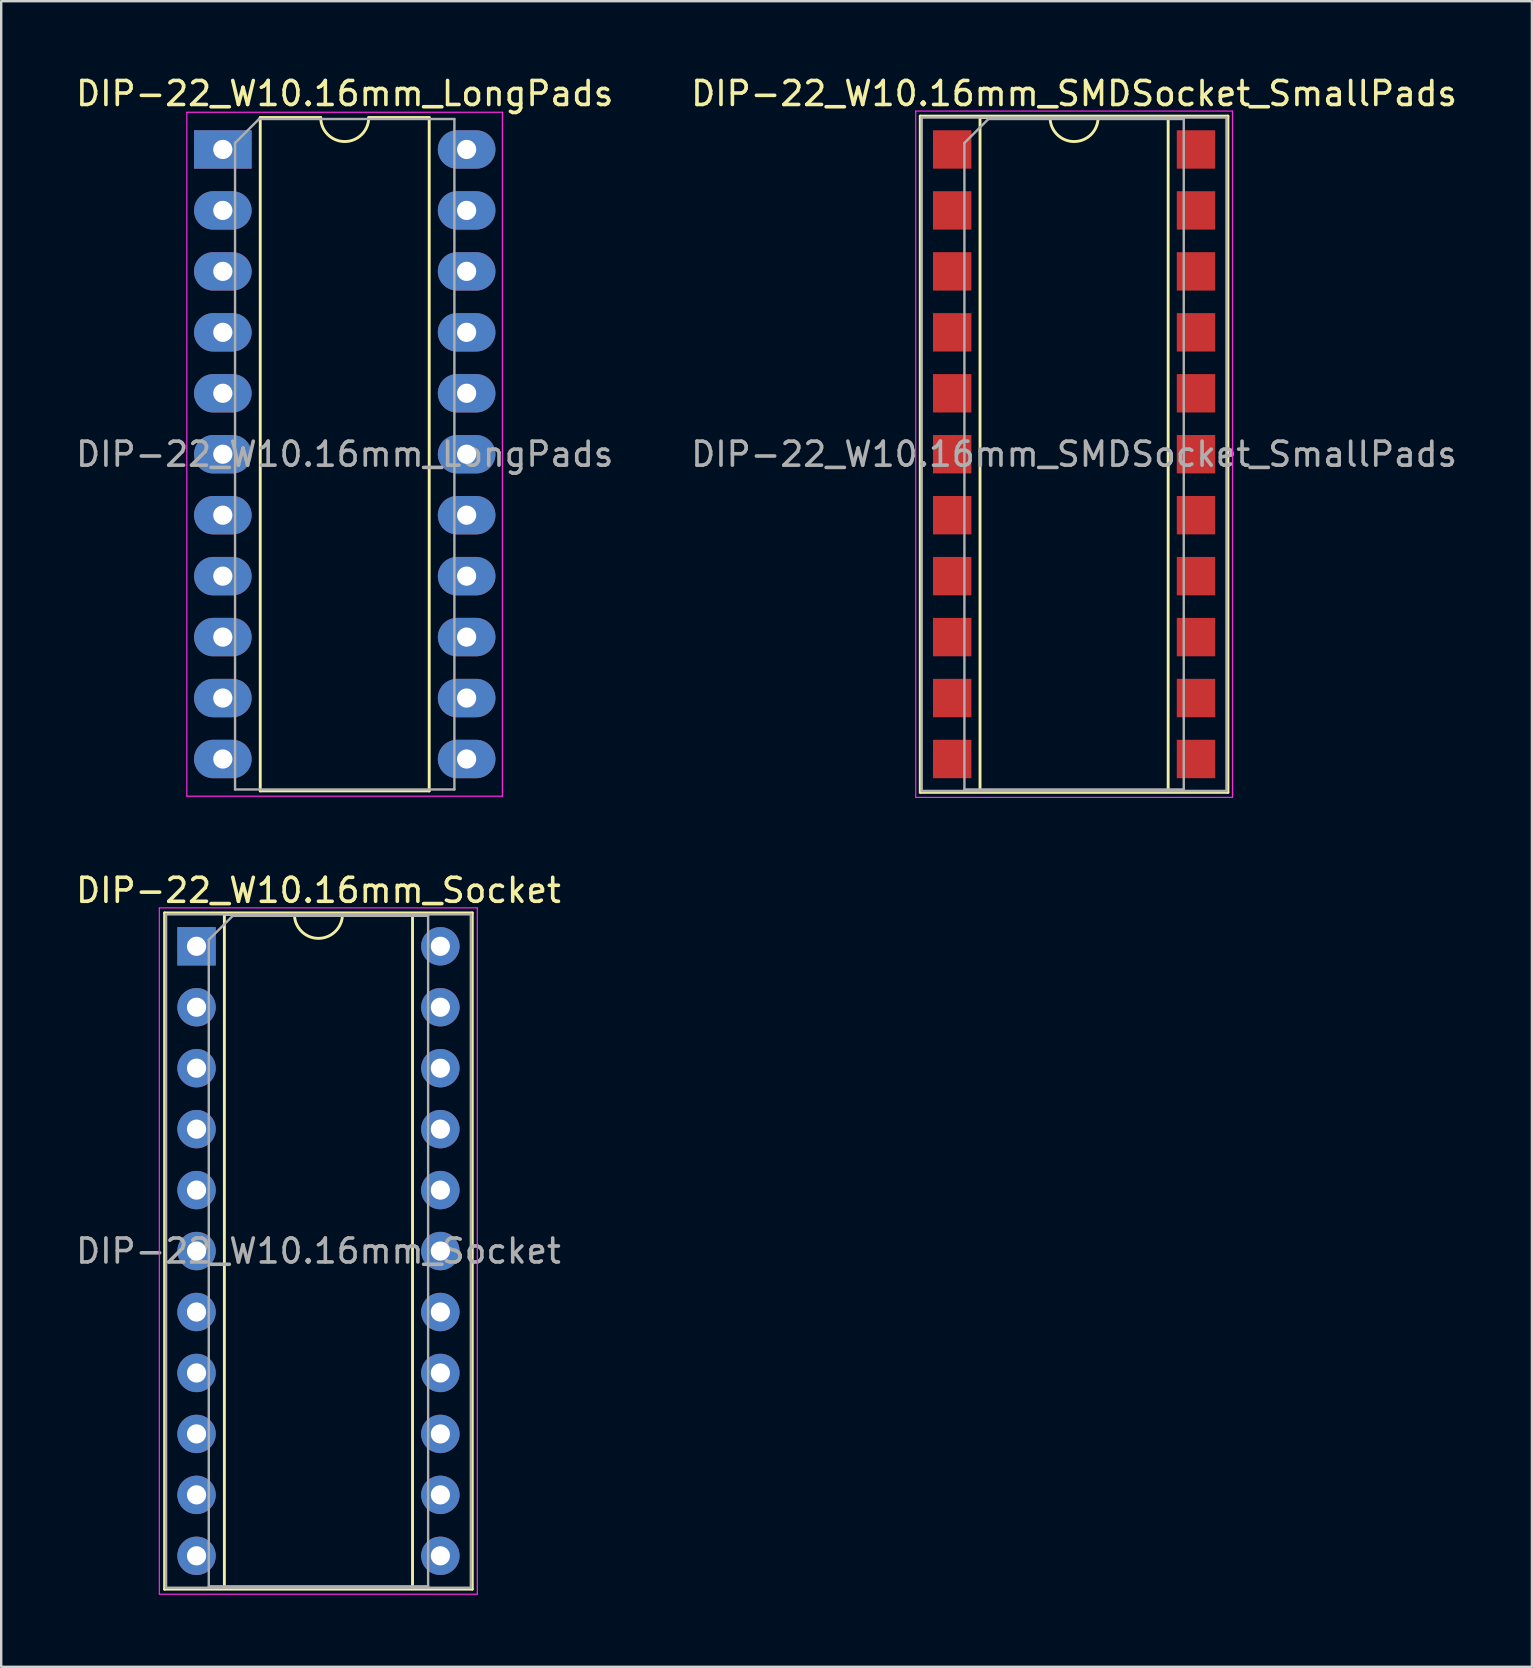
<source format=kicad_pcb>
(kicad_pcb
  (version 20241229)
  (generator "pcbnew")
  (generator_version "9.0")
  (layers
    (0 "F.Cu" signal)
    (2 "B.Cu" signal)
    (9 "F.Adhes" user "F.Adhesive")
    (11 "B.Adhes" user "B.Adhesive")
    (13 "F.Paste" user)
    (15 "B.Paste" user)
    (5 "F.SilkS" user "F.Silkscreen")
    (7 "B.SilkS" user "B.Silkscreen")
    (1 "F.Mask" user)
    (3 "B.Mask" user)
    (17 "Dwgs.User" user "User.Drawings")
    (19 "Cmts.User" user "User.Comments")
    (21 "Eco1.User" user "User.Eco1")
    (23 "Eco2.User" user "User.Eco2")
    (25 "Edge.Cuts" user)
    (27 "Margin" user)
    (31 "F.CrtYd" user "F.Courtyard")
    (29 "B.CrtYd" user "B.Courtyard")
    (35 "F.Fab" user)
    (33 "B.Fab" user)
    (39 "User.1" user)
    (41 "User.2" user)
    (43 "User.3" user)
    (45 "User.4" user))
  (footprint "DIP-22_W10.16mm_LongPads"
    (layer "F.Cu")
    (at 6.235 3.178)
    (property "Reference" "DIP-22_W10.16mm_LongPads" (at 5.08 -2.33 0) (layer "F.SilkS") (effects (font (size 1 1) (thickness 0.15))))
    (attr through_hole)
    (fp_line (start 1.56 -1.33) (end 1.56 26.73) (stroke (width 0.12) (type solid)) (layer "F.SilkS"))
    (fp_line (start 1.56 26.73) (end 8.6 26.73) (stroke (width 0.12) (type solid)) (layer "F.SilkS"))
    (fp_line (start 4.08 -1.33) (end 1.56 -1.33) (stroke (width 0.12) (type solid)) (layer "F.SilkS"))
    (fp_line (start 8.6 -1.33) (end 6.08 -1.33) (stroke (width 0.12) (type solid)) (layer "F.SilkS"))
    (fp_line (start 8.6 26.73) (end 8.6 -1.33) (stroke (width 0.12) (type solid)) (layer "F.SilkS"))
    (fp_arc (start 6.08 -1.33) (mid 5.08 -0.33) (end 4.08 -1.33) (stroke (width 0.12) (type solid)) (layer "F.SilkS"))
    (fp_line (start -1.5 -1.55) (end -1.5 26.95) (stroke (width 0.05) (type solid)) (layer "F.CrtYd"))
    (fp_line (start -1.5 26.95) (end 11.65 26.95) (stroke (width 0.05) (type solid)) (layer "F.CrtYd"))
    (fp_line (start 11.65 -1.55) (end -1.5 -1.55) (stroke (width 0.05) (type solid)) (layer "F.CrtYd"))
    (fp_line (start 11.65 26.95) (end 11.65 -1.55) (stroke (width 0.05) (type solid)) (layer "F.CrtYd"))
    (fp_line (start 0.51 -0.27) (end 1.51 -1.27) (stroke (width 0.1) (type solid)) (layer "F.Fab"))
    (fp_line (start 0.51 26.67) (end 0.51 -0.27) (stroke (width 0.1) (type solid)) (layer "F.Fab"))
    (fp_line (start 1.51 -1.27) (end 9.65 -1.27) (stroke (width 0.1) (type solid)) (layer "F.Fab"))
    (fp_line (start 9.65 -1.27) (end 9.65 26.67) (stroke (width 0.1) (type solid)) (layer "F.Fab"))
    (fp_line (start 9.65 26.67) (end 0.51 26.67) (stroke (width 0.1) (type solid)) (layer "F.Fab"))
    (fp_text user "${REFERENCE}" (at 5.08 12.7 0) (layer "F.Fab") (effects (font (size 1 1) (thickness 0.15))))
    (pad "1" thru_hole rect (at 0 0) (size 2.4 1.6) (drill 0.8) (layers "*.Cu" "*.Mask"))
    (pad "2" thru_hole oval (at 0 2.54) (size 2.4 1.6) (drill 0.8) (layers "*.Cu" "*.Mask"))
    (pad "3" thru_hole oval (at 0 5.08) (size 2.4 1.6) (drill 0.8) (layers "*.Cu" "*.Mask"))
    (pad "4" thru_hole oval (at 0 7.62) (size 2.4 1.6) (drill 0.8) (layers "*.Cu" "*.Mask"))
    (pad "5" thru_hole oval (at 0 10.16) (size 2.4 1.6) (drill 0.8) (layers "*.Cu" "*.Mask"))
    (pad "6" thru_hole oval (at 0 12.7) (size 2.4 1.6) (drill 0.8) (layers "*.Cu" "*.Mask"))
    (pad "7" thru_hole oval (at 0 15.24) (size 2.4 1.6) (drill 0.8) (layers "*.Cu" "*.Mask"))
    (pad "8" thru_hole oval (at 0 17.78) (size 2.4 1.6) (drill 0.8) (layers "*.Cu" "*.Mask"))
    (pad "9" thru_hole oval (at 0 20.32) (size 2.4 1.6) (drill 0.8) (layers "*.Cu" "*.Mask"))
    (pad "10" thru_hole oval (at 0 22.86) (size 2.4 1.6) (drill 0.8) (layers "*.Cu" "*.Mask"))
    (pad "11" thru_hole oval (at 0 25.4) (size 2.4 1.6) (drill 0.8) (layers "*.Cu" "*.Mask"))
    (pad "12" thru_hole oval (at 10.16 25.4) (size 2.4 1.6) (drill 0.8) (layers "*.Cu" "*.Mask"))
    (pad "13" thru_hole oval (at 10.16 22.86) (size 2.4 1.6) (drill 0.8) (layers "*.Cu" "*.Mask"))
    (pad "14" thru_hole oval (at 10.16 20.32) (size 2.4 1.6) (drill 0.8) (layers "*.Cu" "*.Mask"))
    (pad "15" thru_hole oval (at 10.16 17.78) (size 2.4 1.6) (drill 0.8) (layers "*.Cu" "*.Mask"))
    (pad "16" thru_hole oval (at 10.16 15.24) (size 2.4 1.6) (drill 0.8) (layers "*.Cu" "*.Mask"))
    (pad "17" thru_hole oval (at 10.16 12.7) (size 2.4 1.6) (drill 0.8) (layers "*.Cu" "*.Mask"))
    (pad "18" thru_hole oval (at 10.16 10.16) (size 2.4 1.6) (drill 0.8) (layers "*.Cu" "*.Mask"))
    (pad "19" thru_hole oval (at 10.16 7.62) (size 2.4 1.6) (drill 0.8) (layers "*.Cu" "*.Mask"))
    (pad "20" thru_hole oval (at 10.16 5.08) (size 2.4 1.6) (drill 0.8) (layers "*.Cu" "*.Mask"))
    (pad "21" thru_hole oval (at 10.16 2.54) (size 2.4 1.6) (drill 0.8) (layers "*.Cu" "*.Mask"))
    (pad "22" thru_hole oval (at 10.16 0) (size 2.4 1.6) (drill 0.8) (layers "*.Cu" "*.Mask")))
  (footprint "DIP-22_W10.16mm_Socket"
    (layer "F.Cu")
    (at 5.14 36.382)
    (property "Reference" "DIP-22_W10.16mm_Socket" (at 5.08 -2.33 0) (layer "F.SilkS") (effects (font (size 1 1) (thickness 0.15))))
    (attr through_hole)
    (fp_line (start -1.33 -1.39) (end -1.33 26.79) (stroke (width 0.12) (type solid)) (layer "F.SilkS"))
    (fp_line (start -1.33 26.79) (end 11.49 26.79) (stroke (width 0.12) (type solid)) (layer "F.SilkS"))
    (fp_line (start 1.16 -1.33) (end 1.16 26.73) (stroke (width 0.12) (type solid)) (layer "F.SilkS"))
    (fp_line (start 1.16 26.73) (end 9 26.73) (stroke (width 0.12) (type solid)) (layer "F.SilkS"))
    (fp_line (start 4.08 -1.33) (end 1.16 -1.33) (stroke (width 0.12) (type solid)) (layer "F.SilkS"))
    (fp_line (start 9 -1.33) (end 6.08 -1.33) (stroke (width 0.12) (type solid)) (layer "F.SilkS"))
    (fp_line (start 9 26.73) (end 9 -1.33) (stroke (width 0.12) (type solid)) (layer "F.SilkS"))
    (fp_line (start 11.49 -1.39) (end -1.33 -1.39) (stroke (width 0.12) (type solid)) (layer "F.SilkS"))
    (fp_line (start 11.49 26.79) (end 11.49 -1.39) (stroke (width 0.12) (type solid)) (layer "F.SilkS"))
    (fp_arc (start 6.08 -1.33) (mid 5.08 -0.33) (end 4.08 -1.33) (stroke (width 0.12) (type solid)) (layer "F.SilkS"))
    (fp_line (start -1.55 -1.6) (end -1.55 27) (stroke (width 0.05) (type solid)) (layer "F.CrtYd"))
    (fp_line (start -1.55 27) (end 11.7 27) (stroke (width 0.05) (type solid)) (layer "F.CrtYd"))
    (fp_line (start 11.7 -1.6) (end -1.55 -1.6) (stroke (width 0.05) (type solid)) (layer "F.CrtYd"))
    (fp_line (start 11.7 27) (end 11.7 -1.6) (stroke (width 0.05) (type solid)) (layer "F.CrtYd"))
    (fp_line (start -1.27 -1.33) (end -1.27 26.73) (stroke (width 0.1) (type solid)) (layer "F.Fab"))
    (fp_line (start -1.27 26.73) (end 11.43 26.73) (stroke (width 0.1) (type solid)) (layer "F.Fab"))
    (fp_line (start 0.51 -0.27) (end 1.51 -1.27) (stroke (width 0.1) (type solid)) (layer "F.Fab"))
    (fp_line (start 0.51 26.67) (end 0.51 -0.27) (stroke (width 0.1) (type solid)) (layer "F.Fab"))
    (fp_line (start 1.51 -1.27) (end 9.65 -1.27) (stroke (width 0.1) (type solid)) (layer "F.Fab"))
    (fp_line (start 9.65 -1.27) (end 9.65 26.67) (stroke (width 0.1) (type solid)) (layer "F.Fab"))
    (fp_line (start 9.65 26.67) (end 0.51 26.67) (stroke (width 0.1) (type solid)) (layer "F.Fab"))
    (fp_line (start 11.43 -1.33) (end -1.27 -1.33) (stroke (width 0.1) (type solid)) (layer "F.Fab"))
    (fp_line (start 11.43 26.73) (end 11.43 -1.33) (stroke (width 0.1) (type solid)) (layer "F.Fab"))
    (fp_text user "${REFERENCE}" (at 5.08 12.7 0) (layer "F.Fab") (effects (font (size 1 1) (thickness 0.15))))
    (pad "1" thru_hole rect (at 0 0) (size 1.6 1.6) (drill 0.8) (layers "*.Cu" "*.Mask"))
    (pad "2" thru_hole oval (at 0 2.54) (size 1.6 1.6) (drill 0.8) (layers "*.Cu" "*.Mask"))
    (pad "3" thru_hole oval (at 0 5.08) (size 1.6 1.6) (drill 0.8) (layers "*.Cu" "*.Mask"))
    (pad "4" thru_hole oval (at 0 7.62) (size 1.6 1.6) (drill 0.8) (layers "*.Cu" "*.Mask"))
    (pad "5" thru_hole oval (at 0 10.16) (size 1.6 1.6) (drill 0.8) (layers "*.Cu" "*.Mask"))
    (pad "6" thru_hole oval (at 0 12.7) (size 1.6 1.6) (drill 0.8) (layers "*.Cu" "*.Mask"))
    (pad "7" thru_hole oval (at 0 15.24) (size 1.6 1.6) (drill 0.8) (layers "*.Cu" "*.Mask"))
    (pad "8" thru_hole oval (at 0 17.78) (size 1.6 1.6) (drill 0.8) (layers "*.Cu" "*.Mask"))
    (pad "9" thru_hole oval (at 0 20.32) (size 1.6 1.6) (drill 0.8) (layers "*.Cu" "*.Mask"))
    (pad "10" thru_hole oval (at 0 22.86) (size 1.6 1.6) (drill 0.8) (layers "*.Cu" "*.Mask"))
    (pad "11" thru_hole oval (at 0 25.4) (size 1.6 1.6) (drill 0.8) (layers "*.Cu" "*.Mask"))
    (pad "12" thru_hole oval (at 10.16 25.4) (size 1.6 1.6) (drill 0.8) (layers "*.Cu" "*.Mask"))
    (pad "13" thru_hole oval (at 10.16 22.86) (size 1.6 1.6) (drill 0.8) (layers "*.Cu" "*.Mask"))
    (pad "14" thru_hole oval (at 10.16 20.32) (size 1.6 1.6) (drill 0.8) (layers "*.Cu" "*.Mask"))
    (pad "15" thru_hole oval (at 10.16 17.78) (size 1.6 1.6) (drill 0.8) (layers "*.Cu" "*.Mask"))
    (pad "16" thru_hole oval (at 10.16 15.24) (size 1.6 1.6) (drill 0.8) (layers "*.Cu" "*.Mask"))
    (pad "17" thru_hole oval (at 10.16 12.7) (size 1.6 1.6) (drill 0.8) (layers "*.Cu" "*.Mask"))
    (pad "18" thru_hole oval (at 10.16 10.16) (size 1.6 1.6) (drill 0.8) (layers "*.Cu" "*.Mask"))
    (pad "19" thru_hole oval (at 10.16 7.62) (size 1.6 1.6) (drill 0.8) (layers "*.Cu" "*.Mask"))
    (pad "20" thru_hole oval (at 10.16 5.08) (size 1.6 1.6) (drill 0.8) (layers "*.Cu" "*.Mask"))
    (pad "21" thru_hole oval (at 10.16 2.54) (size 1.6 1.6) (drill 0.8) (layers "*.Cu" "*.Mask"))
    (pad "22" thru_hole oval (at 10.16 0) (size 1.6 1.6) (drill 0.8) (layers "*.Cu" "*.Mask")))
  (footprint "DIP-22_W10.16mm_SMDSocket_SmallPads"
    (layer "F.Cu")
    (at 41.708 15.878)
    (property "Reference" "DIP-22_W10.16mm_SMDSocket_SmallPads" (at 0 -15.03 0) (layer "F.SilkS") (effects (font (size 1 1) (thickness 0.15))))
    (attr smd)
    (fp_line (start -6.41 -14.09) (end -6.41 14.09) (stroke (width 0.12) (type solid)) (layer "F.SilkS"))
    (fp_line (start -6.41 14.09) (end 6.41 14.09) (stroke (width 0.12) (type solid)) (layer "F.SilkS"))
    (fp_line (start -3.92 -14.03) (end -3.92 14.03) (stroke (width 0.12) (type solid)) (layer "F.SilkS"))
    (fp_line (start -3.92 14.03) (end 3.92 14.03) (stroke (width 0.12) (type solid)) (layer "F.SilkS"))
    (fp_line (start -1 -14.03) (end -3.92 -14.03) (stroke (width 0.12) (type solid)) (layer "F.SilkS"))
    (fp_line (start 3.92 -14.03) (end 1 -14.03) (stroke (width 0.12) (type solid)) (layer "F.SilkS"))
    (fp_line (start 3.92 14.03) (end 3.92 -14.03) (stroke (width 0.12) (type solid)) (layer "F.SilkS"))
    (fp_line (start 6.41 -14.09) (end -6.41 -14.09) (stroke (width 0.12) (type solid)) (layer "F.SilkS"))
    (fp_line (start 6.41 14.09) (end 6.41 -14.09) (stroke (width 0.12) (type solid)) (layer "F.SilkS"))
    (fp_arc (start 1 -14.03) (mid 0 -13.03) (end -1 -14.03) (stroke (width 0.12) (type solid)) (layer "F.SilkS"))
    (fp_line (start -6.6 -14.3) (end -6.6 14.3) (stroke (width 0.05) (type solid)) (layer "F.CrtYd"))
    (fp_line (start -6.6 14.3) (end 6.6 14.3) (stroke (width 0.05) (type solid)) (layer "F.CrtYd"))
    (fp_line (start 6.6 -14.3) (end -6.6 -14.3) (stroke (width 0.05) (type solid)) (layer "F.CrtYd"))
    (fp_line (start 6.6 14.3) (end 6.6 -14.3) (stroke (width 0.05) (type solid)) (layer "F.CrtYd"))
    (fp_line (start -6.35 -14.03) (end -6.35 14.03) (stroke (width 0.1) (type solid)) (layer "F.Fab"))
    (fp_line (start -6.35 14.03) (end 6.35 14.03) (stroke (width 0.1) (type solid)) (layer "F.Fab"))
    (fp_line (start -4.57 -12.97) (end -3.57 -13.97) (stroke (width 0.1) (type solid)) (layer "F.Fab"))
    (fp_line (start -4.57 13.97) (end -4.57 -12.97) (stroke (width 0.1) (type solid)) (layer "F.Fab"))
    (fp_line (start -3.57 -13.97) (end 4.57 -13.97) (stroke (width 0.1) (type solid)) (layer "F.Fab"))
    (fp_line (start 4.57 -13.97) (end 4.57 13.97) (stroke (width 0.1) (type solid)) (layer "F.Fab"))
    (fp_line (start 4.57 13.97) (end -4.57 13.97) (stroke (width 0.1) (type solid)) (layer "F.Fab"))
    (fp_line (start 6.35 -14.03) (end -6.35 -14.03) (stroke (width 0.1) (type solid)) (layer "F.Fab"))
    (fp_line (start 6.35 14.03) (end 6.35 -14.03) (stroke (width 0.1) (type solid)) (layer "F.Fab"))
    (fp_text user "${REFERENCE}" (at 0 0 0) (layer "F.Fab") (effects (font (size 1 1) (thickness 0.15))))
    (pad "1" smd rect (at -5.08 -12.7) (size 1.6 1.6) (layers "F.Cu" "F.Mask" "F.Paste"))
    (pad "2" smd rect (at -5.08 -10.16) (size 1.6 1.6) (layers "F.Cu" "F.Mask" "F.Paste"))
    (pad "3" smd rect (at -5.08 -7.62) (size 1.6 1.6) (layers "F.Cu" "F.Mask" "F.Paste"))
    (pad "4" smd rect (at -5.08 -5.08) (size 1.6 1.6) (layers "F.Cu" "F.Mask" "F.Paste"))
    (pad "5" smd rect (at -5.08 -2.54) (size 1.6 1.6) (layers "F.Cu" "F.Mask" "F.Paste"))
    (pad "6" smd rect (at -5.08 0) (size 1.6 1.6) (layers "F.Cu" "F.Mask" "F.Paste"))
    (pad "7" smd rect (at -5.08 2.54) (size 1.6 1.6) (layers "F.Cu" "F.Mask" "F.Paste"))
    (pad "8" smd rect (at -5.08 5.08) (size 1.6 1.6) (layers "F.Cu" "F.Mask" "F.Paste"))
    (pad "9" smd rect (at -5.08 7.62) (size 1.6 1.6) (layers "F.Cu" "F.Mask" "F.Paste"))
    (pad "10" smd rect (at -5.08 10.16) (size 1.6 1.6) (layers "F.Cu" "F.Mask" "F.Paste"))
    (pad "11" smd rect (at -5.08 12.7) (size 1.6 1.6) (layers "F.Cu" "F.Mask" "F.Paste"))
    (pad "12" smd rect (at 5.08 12.7) (size 1.6 1.6) (layers "F.Cu" "F.Mask" "F.Paste"))
    (pad "13" smd rect (at 5.08 10.16) (size 1.6 1.6) (layers "F.Cu" "F.Mask" "F.Paste"))
    (pad "14" smd rect (at 5.08 7.62) (size 1.6 1.6) (layers "F.Cu" "F.Mask" "F.Paste"))
    (pad "15" smd rect (at 5.08 5.08) (size 1.6 1.6) (layers "F.Cu" "F.Mask" "F.Paste"))
    (pad "16" smd rect (at 5.08 2.54) (size 1.6 1.6) (layers "F.Cu" "F.Mask" "F.Paste"))
    (pad "17" smd rect (at 5.08 0) (size 1.6 1.6) (layers "F.Cu" "F.Mask" "F.Paste"))
    (pad "18" smd rect (at 5.08 -2.54) (size 1.6 1.6) (layers "F.Cu" "F.Mask" "F.Paste"))
    (pad "19" smd rect (at 5.08 -5.08) (size 1.6 1.6) (layers "F.Cu" "F.Mask" "F.Paste"))
    (pad "20" smd rect (at 5.08 -7.62) (size 1.6 1.6) (layers "F.Cu" "F.Mask" "F.Paste"))
    (pad "21" smd rect (at 5.08 -10.16) (size 1.6 1.6) (layers "F.Cu" "F.Mask" "F.Paste"))
    (pad "22" smd rect (at 5.08 -12.7) (size 1.6 1.6) (layers "F.Cu" "F.Mask" "F.Paste")))
  (gr_rect
    (start -3 -3)
    (end 60.786 66.406)
    (stroke (width 0.1) (type default))
    (fill no)
    (layer "Edge.Cuts")))
</source>
